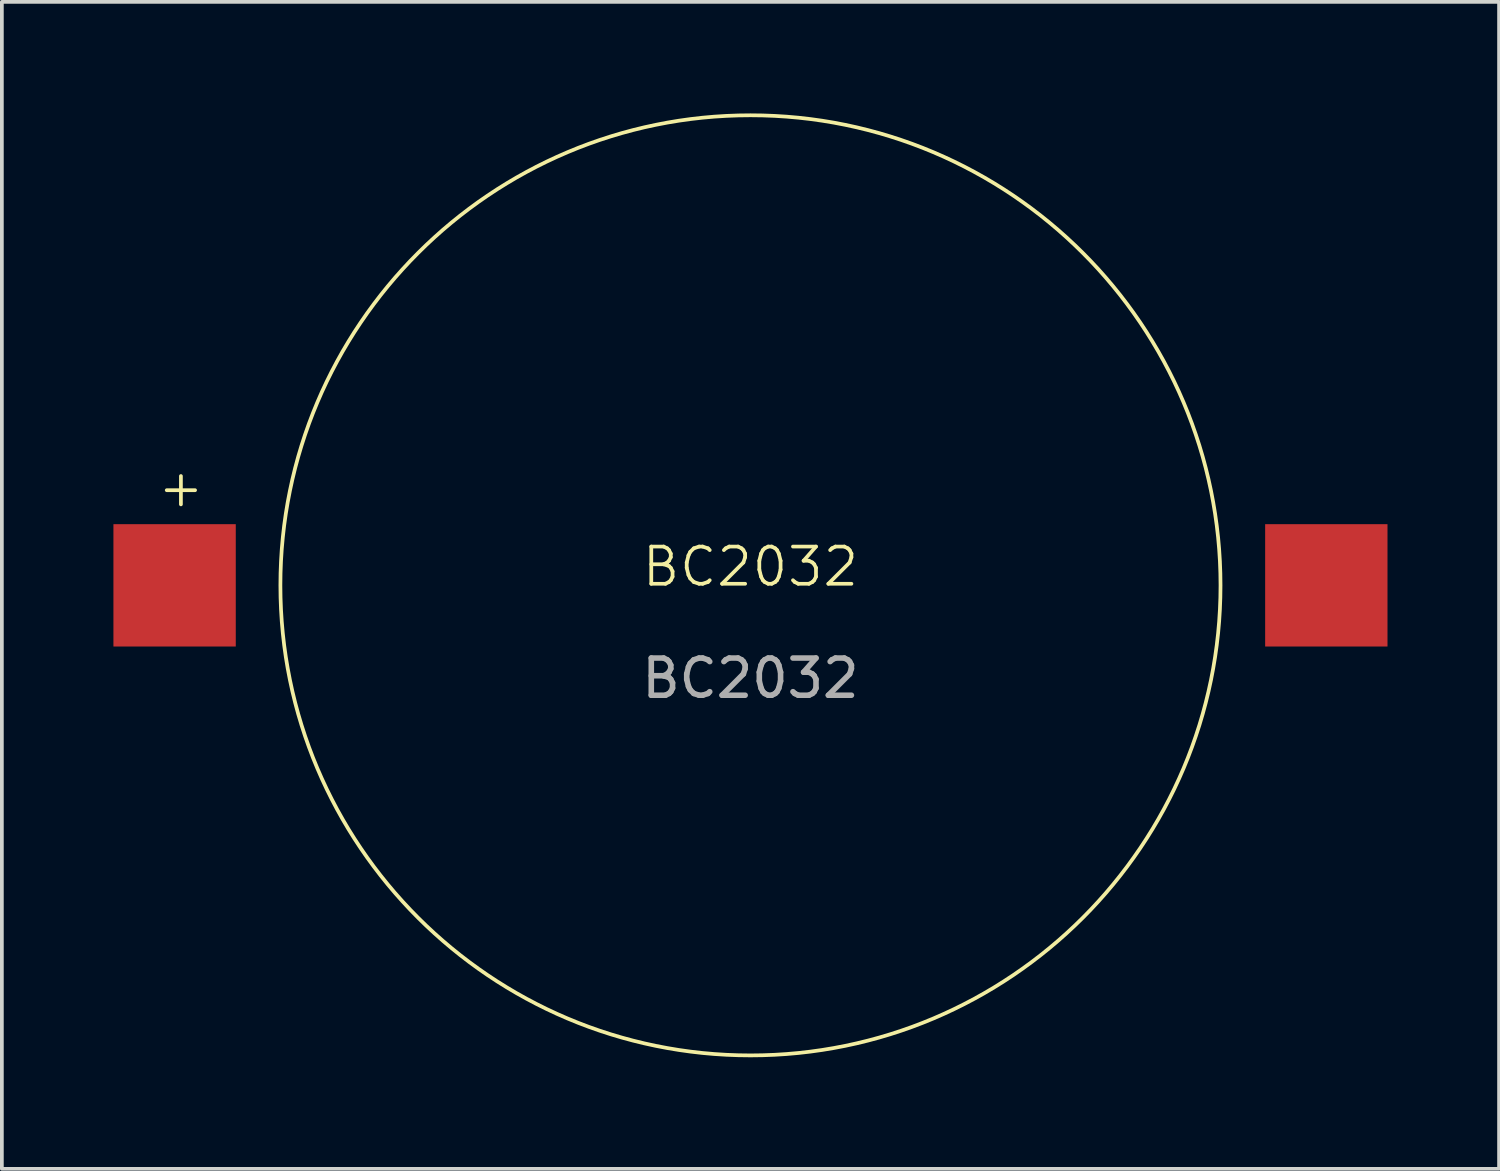
<source format=kicad_pcb>
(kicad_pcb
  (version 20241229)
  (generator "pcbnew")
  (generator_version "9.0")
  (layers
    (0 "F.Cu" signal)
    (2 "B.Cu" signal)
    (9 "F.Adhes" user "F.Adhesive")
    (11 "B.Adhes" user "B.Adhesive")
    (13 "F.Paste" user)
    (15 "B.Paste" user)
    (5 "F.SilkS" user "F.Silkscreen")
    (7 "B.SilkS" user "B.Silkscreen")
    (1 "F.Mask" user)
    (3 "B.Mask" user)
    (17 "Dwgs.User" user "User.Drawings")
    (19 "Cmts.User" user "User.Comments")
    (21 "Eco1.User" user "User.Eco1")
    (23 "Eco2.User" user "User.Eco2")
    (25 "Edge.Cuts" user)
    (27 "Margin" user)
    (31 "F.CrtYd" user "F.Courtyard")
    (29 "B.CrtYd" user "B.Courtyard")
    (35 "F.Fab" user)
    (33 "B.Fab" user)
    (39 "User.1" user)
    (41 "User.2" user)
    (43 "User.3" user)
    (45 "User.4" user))
  (footprint "BC2032"
    (layer "F.Cu")
    (at 17.13 12.69)
    (property "Reference" "BC2032" (at 0 -0.5 0) (unlocked yes) (layer "F.SilkS") (effects (font (size 1 1) (thickness 0.1))))
    (attr smd)
    (fp_circle (center 0 0) (end 12.64 0) (stroke (width 0.1) (type default)) (fill no) (layer "F.SilkS"))
    (fp_text user "+" (at -16 -2.05 0) (unlocked yes) (layer "F.SilkS") (effects (font (size 1 1) (thickness 0.1)) (justify left bottom)))
    (fp_text user "${REFERENCE}" (at 0 2.5 0) (unlocked yes) (layer "F.Fab") (effects (font (size 1 1) (thickness 0.15))))
    (pad "1" smd rect (at -15.485 0) (size 3.29 3.29) (layers "F.Cu" "F.Mask" "F.Paste"))
    (pad "2" smd rect (at 15.485 0) (size 3.29 3.29) (layers "F.Cu" "F.Mask" "F.Paste")))
  (gr_rect
    (start -3 -3)
    (end 37.26 28.38)
    (stroke (width 0.1) (type default))
    (fill no)
    (layer "Edge.Cuts")))
</source>
